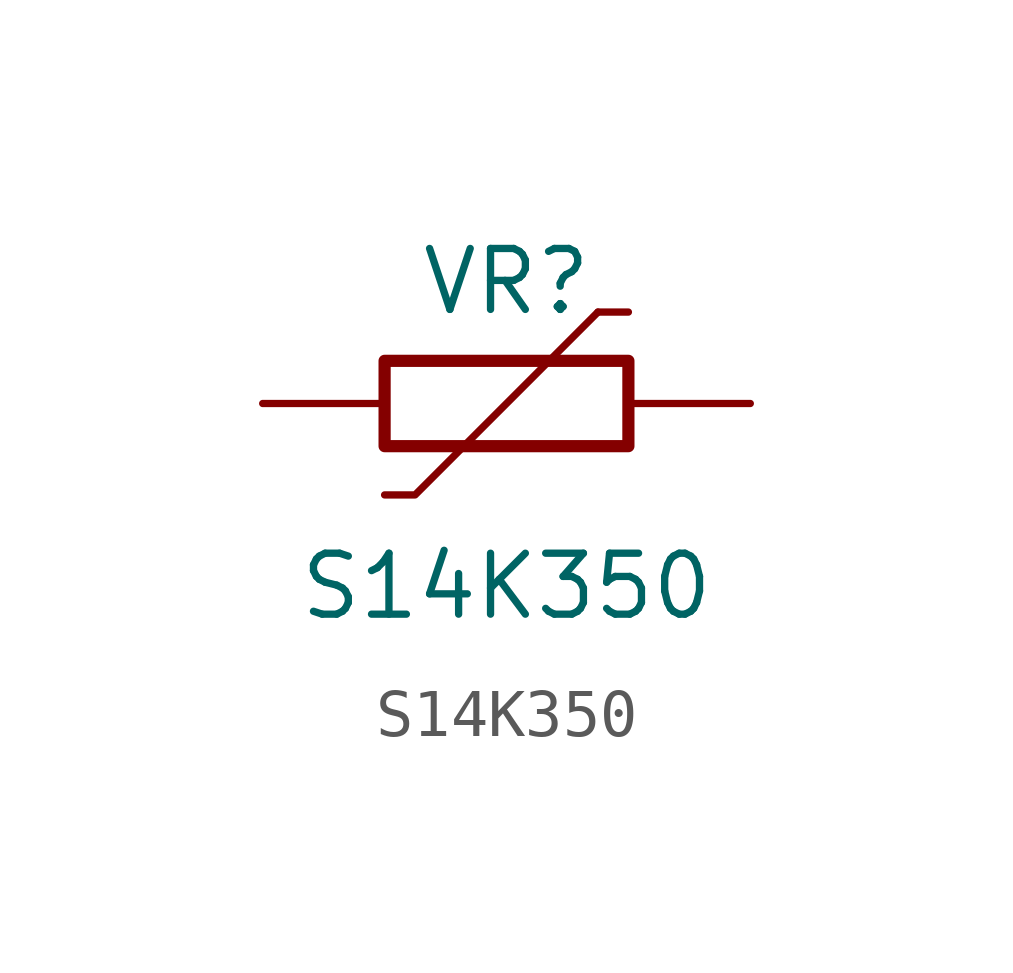
<source format=kicad_sym>
(kicad_symbol_lib
  (version 20231120)
  (generator "kicad_symbol_editor")
  (generator_version "8.0")
  (symbol "S14K350"
    (pin_numbers hide)
    (pin_names
      (offset 0) hide)
    (property "Reference" "VR"
      (at 0 2.54 0)
      (effects (font (size 1.27 1.27))))
    (property "Value" "S14K350"
      (at 0 -3.81 0)
      (effects (font (size 1.27 1.27))))
    (symbol "S14K350_0_1"
      (rectangle (start -2.54 0.889) (end 2.54 -0.889) (stroke (width 0.254) (type default)) (fill (type none)))
      (polyline (pts (xy 1.905 1.905) (xy 2.54 1.905)) (stroke (width 0) (type default)) (fill (type none)))
      (polyline (pts (xy -2.54 -1.905) (xy -1.905 -1.905) (xy 1.905 1.905) (xy 1.905 1.905)) (stroke (width 0) (type default)) (fill (type none))))
    (symbol "S14K350_1_1"
      (pin passive line (at -5.08 0 0) (length 2.54) (name "1" (effects (font (size 1.27 1.27)))) (number "1" (effects (font (size 1.27 1.27)))))
      (pin passive line (at 5.08 0 180) (length 2.54) (name "2" (effects (font (size 1.27 1.27)))) (number "2" (effects (font (size 1.27 1.27))))))))
</source>
